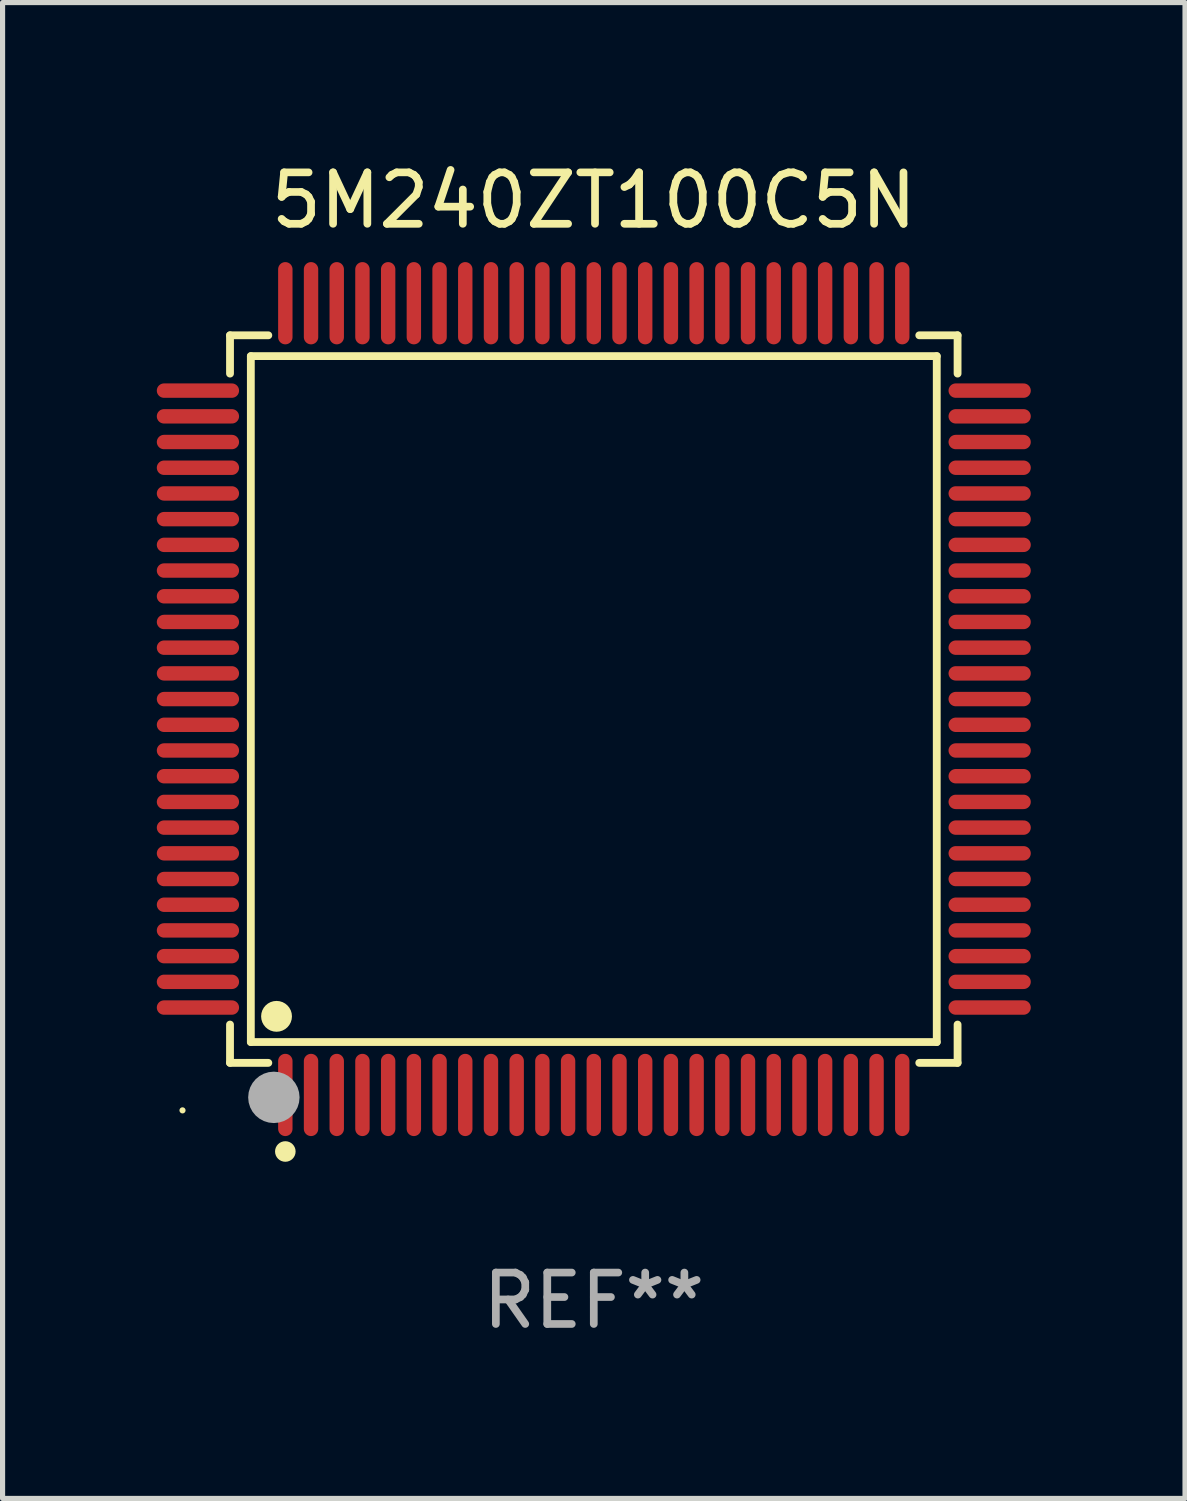
<source format=kicad_pcb>
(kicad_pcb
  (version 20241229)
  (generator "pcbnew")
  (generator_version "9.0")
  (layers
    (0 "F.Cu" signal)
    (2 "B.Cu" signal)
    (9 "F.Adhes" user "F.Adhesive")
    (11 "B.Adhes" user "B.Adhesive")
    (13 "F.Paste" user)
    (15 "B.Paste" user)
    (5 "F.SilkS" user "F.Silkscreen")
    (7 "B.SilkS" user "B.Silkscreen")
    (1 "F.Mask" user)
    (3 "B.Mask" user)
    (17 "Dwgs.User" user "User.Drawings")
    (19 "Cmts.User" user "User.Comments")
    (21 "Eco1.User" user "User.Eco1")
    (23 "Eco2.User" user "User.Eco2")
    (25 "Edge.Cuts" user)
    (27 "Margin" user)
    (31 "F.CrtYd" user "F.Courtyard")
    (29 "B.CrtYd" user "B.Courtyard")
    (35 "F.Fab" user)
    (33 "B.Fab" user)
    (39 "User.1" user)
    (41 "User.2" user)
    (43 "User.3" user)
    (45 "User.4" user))
  (footprint "5M240ZT100C5N"
    (layer "F.Cu")
    (at 8.5 10.548)
    (property "Reference" "5M240ZT100C5N" (at 0 -9.7 0) (layer "F.SilkS") (effects (font (size 1 1) (thickness 0.15))))
    (attr through_hole)
    (fp_line (start -7.076 -7.076) (end -6.331 -7.076) (stroke (width 0.152) (type solid)) (layer "F.SilkS"))
    (fp_line (start -7.076 -6.331) (end -7.076 -7.076) (stroke (width 0.152) (type solid)) (layer "F.SilkS"))
    (fp_line (start -7.076 6.331) (end -7.076 7.076) (stroke (width 0.152) (type solid)) (layer "F.SilkS"))
    (fp_line (start -7.076 7.076) (end -6.331 7.076) (stroke (width 0.152) (type solid)) (layer "F.SilkS"))
    (fp_line (start -6.671 -6.671) (end 6.671 -6.671) (stroke (width 0.152) (type solid)) (layer "F.SilkS"))
    (fp_line (start -6.671 6.671) (end -6.671 -6.671) (stroke (width 0.152) (type solid)) (layer "F.SilkS"))
    (fp_line (start 6.671 -6.671) (end 6.671 6.671) (stroke (width 0.152) (type solid)) (layer "F.SilkS"))
    (fp_line (start 6.671 6.671) (end -6.671 6.671) (stroke (width 0.152) (type solid)) (layer "F.SilkS"))
    (fp_line (start 7.076 -7.076) (end 6.331 -7.076) (stroke (width 0.152) (type solid)) (layer "F.SilkS"))
    (fp_line (start 7.076 -6.331) (end 7.076 -7.076) (stroke (width 0.152) (type solid)) (layer "F.SilkS"))
    (fp_line (start 7.076 6.331) (end 7.076 7.076) (stroke (width 0.152) (type solid)) (layer "F.SilkS"))
    (fp_line (start 7.076 7.076) (end 6.331 7.076) (stroke (width 0.152) (type solid)) (layer "F.SilkS"))
    (fp_circle (center -8 8) (end -7.97 8) (stroke (width 0.06) (type solid)) (fill no) (layer "F.SilkS"))
    (fp_circle (center -6.171 6.171) (end -6.021 6.171) (stroke (width 0.3) (type solid)) (fill no) (layer "F.SilkS"))
    (fp_circle (center -6 8.8) (end -5.9 8.8) (stroke (width 0.2) (type solid)) (fill no) (layer "F.SilkS"))
    (fp_circle (center -6.223 7.747) (end -5.973 7.747) (stroke (width 0.5) (type solid)) (fill no) (layer "F.Fab"))
    (fp_text user "REF**" (at 0 11.7 0) (layer "F.Fab") (effects (font (size 1 1) (thickness 0.15))))
    (pad "1" smd oval (at -6 7.7) (size 0.28 1.6) (layers "F.Cu" "F.Mask" "F.Paste"))
    (pad "2" smd oval (at -5.5 7.7) (size 0.28 1.6) (layers "F.Cu" "F.Mask" "F.Paste"))
    (pad "3" smd oval (at -5 7.7) (size 0.28 1.6) (layers "F.Cu" "F.Mask" "F.Paste"))
    (pad "4" smd oval (at -4.5 7.7) (size 0.28 1.6) (layers "F.Cu" "F.Mask" "F.Paste"))
    (pad "5" smd oval (at -4 7.7) (size 0.28 1.6) (layers "F.Cu" "F.Mask" "F.Paste"))
    (pad "6" smd oval (at -3.5 7.7) (size 0.28 1.6) (layers "F.Cu" "F.Mask" "F.Paste"))
    (pad "7" smd oval (at -3 7.7) (size 0.28 1.6) (layers "F.Cu" "F.Mask" "F.Paste"))
    (pad "8" smd oval (at -2.5 7.7) (size 0.28 1.6) (layers "F.Cu" "F.Mask" "F.Paste"))
    (pad "9" smd oval (at -2 7.7) (size 0.28 1.6) (layers "F.Cu" "F.Mask" "F.Paste"))
    (pad "10" smd oval (at -1.5 7.7) (size 0.28 1.6) (layers "F.Cu" "F.Mask" "F.Paste"))
    (pad "11" smd oval (at -1 7.7) (size 0.28 1.6) (layers "F.Cu" "F.Mask" "F.Paste"))
    (pad "12" smd oval (at -0.5 7.7) (size 0.28 1.6) (layers "F.Cu" "F.Mask" "F.Paste"))
    (pad "13" smd oval (at 0 7.7) (size 0.28 1.6) (layers "F.Cu" "F.Mask" "F.Paste"))
    (pad "14" smd oval (at 0.5 7.7) (size 0.28 1.6) (layers "F.Cu" "F.Mask" "F.Paste"))
    (pad "15" smd oval (at 1 7.7) (size 0.28 1.6) (layers "F.Cu" "F.Mask" "F.Paste"))
    (pad "16" smd oval (at 1.5 7.7) (size 0.28 1.6) (layers "F.Cu" "F.Mask" "F.Paste"))
    (pad "17" smd oval (at 2 7.7) (size 0.28 1.6) (layers "F.Cu" "F.Mask" "F.Paste"))
    (pad "18" smd oval (at 2.5 7.7) (size 0.28 1.6) (layers "F.Cu" "F.Mask" "F.Paste"))
    (pad "19" smd oval (at 3 7.7) (size 0.28 1.6) (layers "F.Cu" "F.Mask" "F.Paste"))
    (pad "20" smd oval (at 3.5 7.7) (size 0.28 1.6) (layers "F.Cu" "F.Mask" "F.Paste"))
    (pad "21" smd oval (at 4 7.7) (size 0.28 1.6) (layers "F.Cu" "F.Mask" "F.Paste"))
    (pad "22" smd oval (at 4.5 7.7) (size 0.28 1.6) (layers "F.Cu" "F.Mask" "F.Paste"))
    (pad "23" smd oval (at 5 7.7) (size 0.28 1.6) (layers "F.Cu" "F.Mask" "F.Paste"))
    (pad "24" smd oval (at 5.5 7.7) (size 0.28 1.6) (layers "F.Cu" "F.Mask" "F.Paste"))
    (pad "25" smd oval (at 6 7.7) (size 0.28 1.6) (layers "F.Cu" "F.Mask" "F.Paste"))
    (pad "26" smd oval (at 7.7 6) (size 1.6 0.28) (layers "F.Cu" "F.Mask" "F.Paste"))
    (pad "27" smd oval (at 7.7 5.5) (size 1.6 0.28) (layers "F.Cu" "F.Mask" "F.Paste"))
    (pad "28" smd oval (at 7.7 5) (size 1.6 0.28) (layers "F.Cu" "F.Mask" "F.Paste"))
    (pad "29" smd oval (at 7.7 4.5) (size 1.6 0.28) (layers "F.Cu" "F.Mask" "F.Paste"))
    (pad "30" smd oval (at 7.7 4) (size 1.6 0.28) (layers "F.Cu" "F.Mask" "F.Paste"))
    (pad "31" smd oval (at 7.7 3.5) (size 1.6 0.28) (layers "F.Cu" "F.Mask" "F.Paste"))
    (pad "32" smd oval (at 7.7 3) (size 1.6 0.28) (layers "F.Cu" "F.Mask" "F.Paste"))
    (pad "33" smd oval (at 7.7 2.5) (size 1.6 0.28) (layers "F.Cu" "F.Mask" "F.Paste"))
    (pad "34" smd oval (at 7.7 2) (size 1.6 0.28) (layers "F.Cu" "F.Mask" "F.Paste"))
    (pad "35" smd oval (at 7.7 1.5) (size 1.6 0.28) (layers "F.Cu" "F.Mask" "F.Paste"))
    (pad "36" smd oval (at 7.7 1) (size 1.6 0.28) (layers "F.Cu" "F.Mask" "F.Paste"))
    (pad "37" smd oval (at 7.7 0.5) (size 1.6 0.28) (layers "F.Cu" "F.Mask" "F.Paste"))
    (pad "38" smd oval (at 7.7 0) (size 1.6 0.28) (layers "F.Cu" "F.Mask" "F.Paste"))
    (pad "39" smd oval (at 7.7 -0.5) (size 1.6 0.28) (layers "F.Cu" "F.Mask" "F.Paste"))
    (pad "40" smd oval (at 7.7 -1) (size 1.6 0.28) (layers "F.Cu" "F.Mask" "F.Paste"))
    (pad "41" smd oval (at 7.7 -1.5) (size 1.6 0.28) (layers "F.Cu" "F.Mask" "F.Paste"))
    (pad "42" smd oval (at 7.7 -2) (size 1.6 0.28) (layers "F.Cu" "F.Mask" "F.Paste"))
    (pad "43" smd oval (at 7.7 -2.5) (size 1.6 0.28) (layers "F.Cu" "F.Mask" "F.Paste"))
    (pad "44" smd oval (at 7.7 -3) (size 1.6 0.28) (layers "F.Cu" "F.Mask" "F.Paste"))
    (pad "45" smd oval (at 7.7 -3.5) (size 1.6 0.28) (layers "F.Cu" "F.Mask" "F.Paste"))
    (pad "46" smd oval (at 7.7 -4) (size 1.6 0.28) (layers "F.Cu" "F.Mask" "F.Paste"))
    (pad "47" smd oval (at 7.7 -4.5) (size 1.6 0.28) (layers "F.Cu" "F.Mask" "F.Paste"))
    (pad "48" smd oval (at 7.7 -5) (size 1.6 0.28) (layers "F.Cu" "F.Mask" "F.Paste"))
    (pad "49" smd oval (at 7.7 -5.5) (size 1.6 0.28) (layers "F.Cu" "F.Mask" "F.Paste"))
    (pad "50" smd oval (at 7.7 -6) (size 1.6 0.28) (layers "F.Cu" "F.Mask" "F.Paste"))
    (pad "51" smd oval (at 6 -7.7) (size 0.28 1.6) (layers "F.Cu" "F.Mask" "F.Paste"))
    (pad "52" smd oval (at 5.5 -7.7) (size 0.28 1.6) (layers "F.Cu" "F.Mask" "F.Paste"))
    (pad "53" smd oval (at 5 -7.7) (size 0.28 1.6) (layers "F.Cu" "F.Mask" "F.Paste"))
    (pad "54" smd oval (at 4.5 -7.7) (size 0.28 1.6) (layers "F.Cu" "F.Mask" "F.Paste"))
    (pad "55" smd oval (at 4 -7.7) (size 0.28 1.6) (layers "F.Cu" "F.Mask" "F.Paste"))
    (pad "56" smd oval (at 3.5 -7.7) (size 0.28 1.6) (layers "F.Cu" "F.Mask" "F.Paste"))
    (pad "57" smd oval (at 3 -7.7) (size 0.28 1.6) (layers "F.Cu" "F.Mask" "F.Paste"))
    (pad "58" smd oval (at 2.5 -7.7) (size 0.28 1.6) (layers "F.Cu" "F.Mask" "F.Paste"))
    (pad "59" smd oval (at 2 -7.7) (size 0.28 1.6) (layers "F.Cu" "F.Mask" "F.Paste"))
    (pad "60" smd oval (at 1.5 -7.7) (size 0.28 1.6) (layers "F.Cu" "F.Mask" "F.Paste"))
    (pad "61" smd oval (at 1 -7.7) (size 0.28 1.6) (layers "F.Cu" "F.Mask" "F.Paste"))
    (pad "62" smd oval (at 0.5 -7.7) (size 0.28 1.6) (layers "F.Cu" "F.Mask" "F.Paste"))
    (pad "63" smd oval (at 0 -7.7) (size 0.28 1.6) (layers "F.Cu" "F.Mask" "F.Paste"))
    (pad "64" smd oval (at -0.5 -7.7) (size 0.28 1.6) (layers "F.Cu" "F.Mask" "F.Paste"))
    (pad "65" smd oval (at -1 -7.7) (size 0.28 1.6) (layers "F.Cu" "F.Mask" "F.Paste"))
    (pad "66" smd oval (at -1.5 -7.7) (size 0.28 1.6) (layers "F.Cu" "F.Mask" "F.Paste"))
    (pad "67" smd oval (at -2 -7.7) (size 0.28 1.6) (layers "F.Cu" "F.Mask" "F.Paste"))
    (pad "68" smd oval (at -2.5 -7.7) (size 0.28 1.6) (layers "F.Cu" "F.Mask" "F.Paste"))
    (pad "69" smd oval (at -3 -7.7) (size 0.28 1.6) (layers "F.Cu" "F.Mask" "F.Paste"))
    (pad "70" smd oval (at -3.5 -7.7) (size 0.28 1.6) (layers "F.Cu" "F.Mask" "F.Paste"))
    (pad "71" smd oval (at -4 -7.7) (size 0.28 1.6) (layers "F.Cu" "F.Mask" "F.Paste"))
    (pad "72" smd oval (at -4.5 -7.7) (size 0.28 1.6) (layers "F.Cu" "F.Mask" "F.Paste"))
    (pad "73" smd oval (at -5 -7.7) (size 0.28 1.6) (layers "F.Cu" "F.Mask" "F.Paste"))
    (pad "74" smd oval (at -5.5 -7.7) (size 0.28 1.6) (layers "F.Cu" "F.Mask" "F.Paste"))
    (pad "75" smd oval (at -6 -7.7) (size 0.28 1.6) (layers "F.Cu" "F.Mask" "F.Paste"))
    (pad "76" smd oval (at -7.7 -6) (size 1.6 0.28) (layers "F.Cu" "F.Mask" "F.Paste"))
    (pad "77" smd oval (at -7.7 -5.5) (size 1.6 0.28) (layers "F.Cu" "F.Mask" "F.Paste"))
    (pad "78" smd oval (at -7.7 -5) (size 1.6 0.28) (layers "F.Cu" "F.Mask" "F.Paste"))
    (pad "79" smd oval (at -7.7 -4.5) (size 1.6 0.28) (layers "F.Cu" "F.Mask" "F.Paste"))
    (pad "80" smd oval (at -7.7 -4) (size 1.6 0.28) (layers "F.Cu" "F.Mask" "F.Paste"))
    (pad "81" smd oval (at -7.7 -3.5) (size 1.6 0.28) (layers "F.Cu" "F.Mask" "F.Paste"))
    (pad "82" smd oval (at -7.7 -3) (size 1.6 0.28) (layers "F.Cu" "F.Mask" "F.Paste"))
    (pad "83" smd oval (at -7.7 -2.5) (size 1.6 0.28) (layers "F.Cu" "F.Mask" "F.Paste"))
    (pad "84" smd oval (at -7.7 -2) (size 1.6 0.28) (layers "F.Cu" "F.Mask" "F.Paste"))
    (pad "85" smd oval (at -7.7 -1.5) (size 1.6 0.28) (layers "F.Cu" "F.Mask" "F.Paste"))
    (pad "86" smd oval (at -7.7 -1) (size 1.6 0.28) (layers "F.Cu" "F.Mask" "F.Paste"))
    (pad "87" smd oval (at -7.7 -0.5) (size 1.6 0.28) (layers "F.Cu" "F.Mask" "F.Paste"))
    (pad "88" smd oval (at -7.7 0) (size 1.6 0.28) (layers "F.Cu" "F.Mask" "F.Paste"))
    (pad "89" smd oval (at -7.7 0.5) (size 1.6 0.28) (layers "F.Cu" "F.Mask" "F.Paste"))
    (pad "90" smd oval (at -7.7 1) (size 1.6 0.28) (layers "F.Cu" "F.Mask" "F.Paste"))
    (pad "91" smd oval (at -7.7 1.5) (size 1.6 0.28) (layers "F.Cu" "F.Mask" "F.Paste"))
    (pad "92" smd oval (at -7.7 2) (size 1.6 0.28) (layers "F.Cu" "F.Mask" "F.Paste"))
    (pad "93" smd oval (at -7.7 2.5) (size 1.6 0.28) (layers "F.Cu" "F.Mask" "F.Paste"))
    (pad "94" smd oval (at -7.7 3) (size 1.6 0.28) (layers "F.Cu" "F.Mask" "F.Paste"))
    (pad "95" smd oval (at -7.7 3.5) (size 1.6 0.28) (layers "F.Cu" "F.Mask" "F.Paste"))
    (pad "96" smd oval (at -7.7 4) (size 1.6 0.28) (layers "F.Cu" "F.Mask" "F.Paste"))
    (pad "97" smd oval (at -7.7 4.5) (size 1.6 0.28) (layers "F.Cu" "F.Mask" "F.Paste"))
    (pad "98" smd oval (at -7.7 5) (size 1.6 0.28) (layers "F.Cu" "F.Mask" "F.Paste"))
    (pad "99" smd oval (at -7.7 5.5) (size 1.6 0.28) (layers "F.Cu" "F.Mask" "F.Paste"))
    (pad "100" smd oval (at -7.7 6) (size 1.6 0.28) (layers "F.Cu" "F.Mask" "F.Paste")))
  (gr_rect
    (start -3 -3)
    (end 20 26.097)
    (stroke (width 0.1) (type default))
    (fill no)
    (layer "Edge.Cuts")))
</source>
